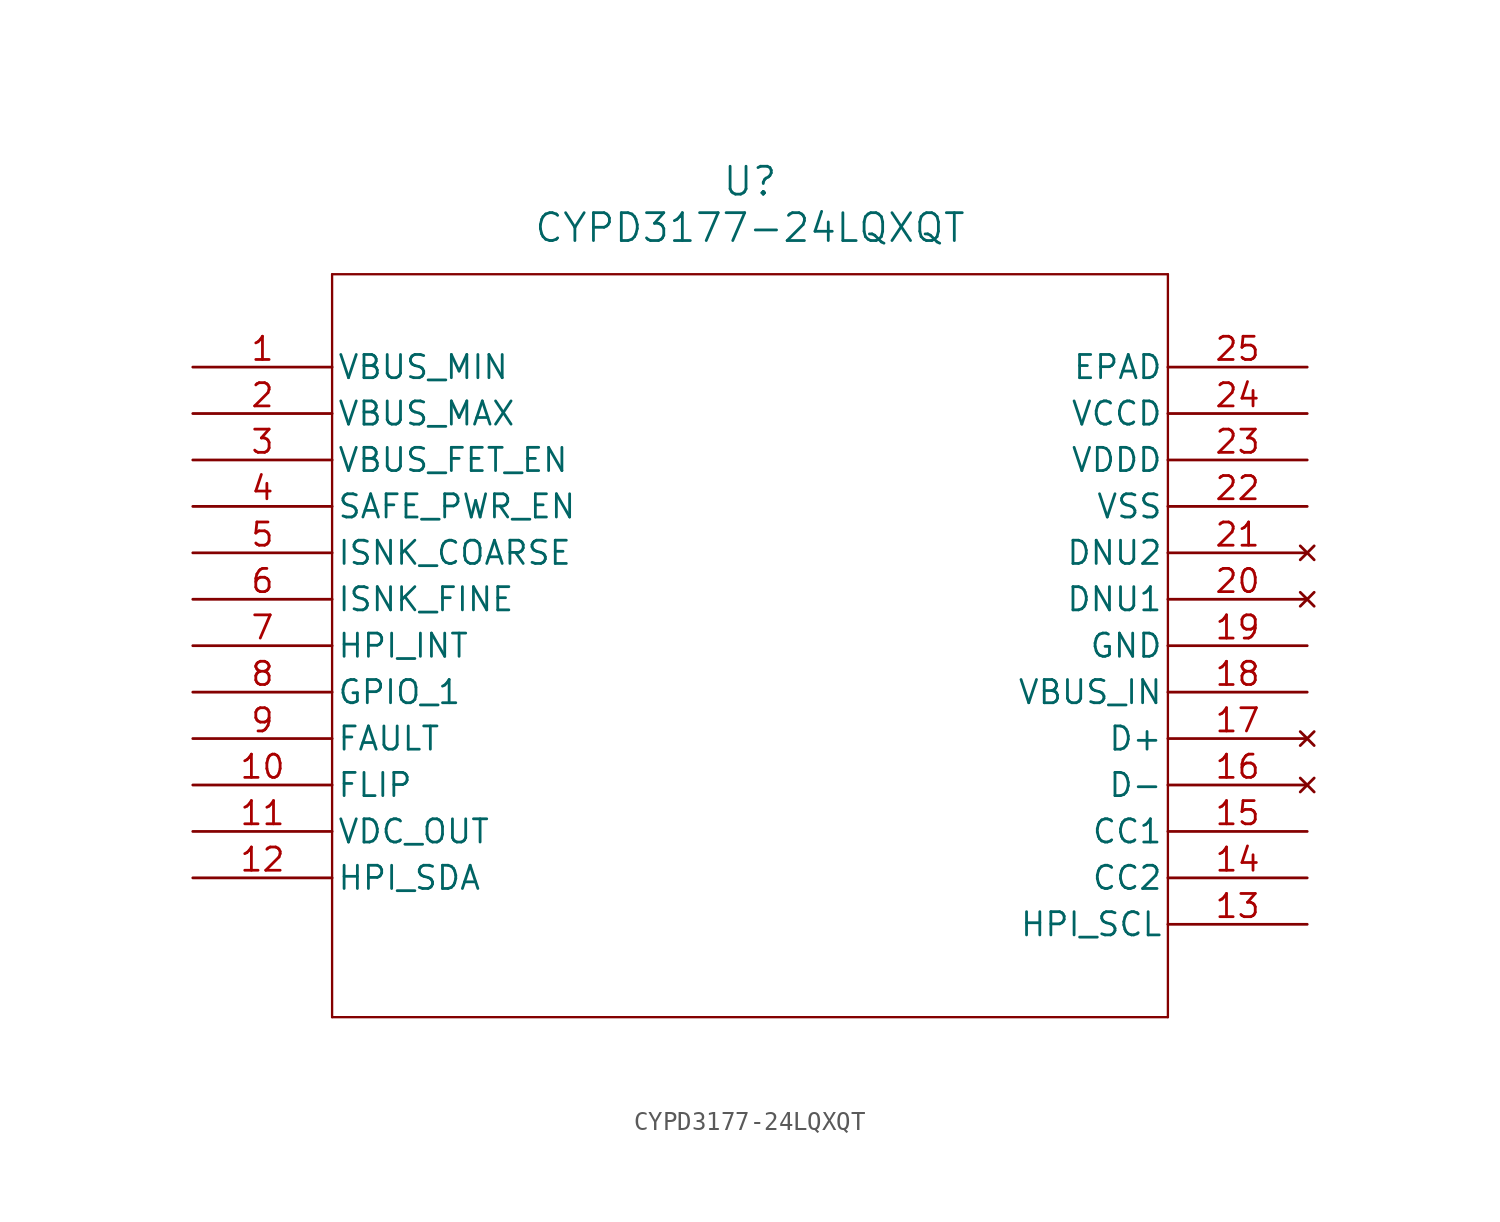
<source format=kicad_sym>
(kicad_symbol_lib
  (version 20211014)
  (generator kicad_symbol_editor)
  (symbol "CYPD3177-24LQXQT"
    (pin_names
      (offset 0.254))
    (property "Reference" "U"
      (at 30.48 10.16 0)
      (effects (font (size 1.524 1.524))))
    (property "Value" "CYPD3177-24LQXQT"
      (at 30.48 7.62 0)
      (effects (font (size 1.524 1.524))))
    (symbol "CYPD3177-24LQXQT_0_1"
      (polyline (pts (xy 7.62 5.08) (xy 7.62 -35.56)) (stroke (width 0.127) (type default) (color 0 0 0 0)) (fill (type none)))
      (polyline (pts (xy 7.62 -35.56) (xy 53.34 -35.56)) (stroke (width 0.127) (type default) (color 0 0 0 0)) (fill (type none)))
      (polyline (pts (xy 53.34 -35.56) (xy 53.34 5.08)) (stroke (width 0.127) (type default) (color 0 0 0 0)) (fill (type none)))
      (polyline (pts (xy 53.34 5.08) (xy 7.62 5.08)) (stroke (width 0.127) (type default) (color 0 0 0 0)) (fill (type none)))
      (pin unspecified line (at 0 0 0) (length 7.62) (name "VBUS_MIN" (effects (font (size 1.27 1.27)))) (number "1" (effects (font (size 1.27 1.27)))))
      (pin unspecified line (at 0 -2.54 0) (length 7.62) (name "VBUS_MAX" (effects (font (size 1.27 1.27)))) (number "2" (effects (font (size 1.27 1.27)))))
      (pin output line (at 0 -5.08 0) (length 7.62) (name "VBUS_FET_EN" (effects (font (size 1.27 1.27)))) (number "3" (effects (font (size 1.27 1.27)))))
      (pin output line (at 0 -7.62 0) (length 7.62) (name "SAFE_PWR_EN" (effects (font (size 1.27 1.27)))) (number "4" (effects (font (size 1.27 1.27)))))
      (pin unspecified line (at 0 -10.16 0) (length 7.62) (name "ISNK_COARSE" (effects (font (size 1.27 1.27)))) (number "5" (effects (font (size 1.27 1.27)))))
      (pin unspecified line (at 0 -12.7 0) (length 7.62) (name "ISNK_FINE" (effects (font (size 1.27 1.27)))) (number "6" (effects (font (size 1.27 1.27)))))
      (pin unspecified line (at 0 -15.24 0) (length 7.62) (name "HPI_INT" (effects (font (size 1.27 1.27)))) (number "7" (effects (font (size 1.27 1.27)))))
      (pin unspecified line (at 0 -17.78 0) (length 7.62) (name "GPIO_1" (effects (font (size 1.27 1.27)))) (number "8" (effects (font (size 1.27 1.27)))))
      (pin unspecified line (at 0 -20.32 0) (length 7.62) (name "FAULT" (effects (font (size 1.27 1.27)))) (number "9" (effects (font (size 1.27 1.27)))))
      (pin bidirectional line (at 0 -22.86 0) (length 7.62) (name "FLIP" (effects (font (size 1.27 1.27)))) (number "10" (effects (font (size 1.27 1.27)))))
      (pin output line (at 0 -25.4 0) (length 7.62) (name "VDC_OUT" (effects (font (size 1.27 1.27)))) (number "11" (effects (font (size 1.27 1.27)))))
      (pin unspecified line (at 0 -27.94 0) (length 7.62) (name "HPI_SDA" (effects (font (size 1.27 1.27)))) (number "12" (effects (font (size 1.27 1.27)))))
      (pin unspecified line (at 60.96 -30.48 180) (length 7.62) (name "HPI_SCL" (effects (font (size 1.27 1.27)))) (number "13" (effects (font (size 1.27 1.27)))))
      (pin unspecified line (at 60.96 -27.94 180) (length 7.62) (name "CC2" (effects (font (size 1.27 1.27)))) (number "14" (effects (font (size 1.27 1.27)))))
      (pin unspecified line (at 60.96 -25.4 180) (length 7.62) (name "CC1" (effects (font (size 1.27 1.27)))) (number "15" (effects (font (size 1.27 1.27)))))
      (pin no_connect line (at 60.96 -22.86 180) (length 7.62) (name "D-" (effects (font (size 1.27 1.27)))) (number "16" (effects (font (size 1.27 1.27)))))
      (pin no_connect line (at 60.96 -20.32 180) (length 7.62) (name "D+" (effects (font (size 1.27 1.27)))) (number "17" (effects (font (size 1.27 1.27)))))
      (pin input line (at 60.96 -17.78 180) (length 7.62) (name "VBUS_IN" (effects (font (size 1.27 1.27)))) (number "18" (effects (font (size 1.27 1.27)))))
      (pin power_out line (at 60.96 -15.24 180) (length 7.62) (name "GND" (effects (font (size 1.27 1.27)))) (number "19" (effects (font (size 1.27 1.27)))))
      (pin no_connect line (at 60.96 -12.7 180) (length 7.62) (name "DNU1" (effects (font (size 1.27 1.27)))) (number "20" (effects (font (size 1.27 1.27)))))
      (pin no_connect line (at 60.96 -10.16 180) (length 7.62) (name "DNU2" (effects (font (size 1.27 1.27)))) (number "21" (effects (font (size 1.27 1.27)))))
      (pin power_out line (at 60.96 -7.62 180) (length 7.62) (name "VSS" (effects (font (size 1.27 1.27)))) (number "22" (effects (font (size 1.27 1.27)))))
      (pin output line (at 60.96 -5.08 180) (length 7.62) (name "VDDD" (effects (font (size 1.27 1.27)))) (number "23" (effects (font (size 1.27 1.27)))))
      (pin output line (at 60.96 -2.54 180) (length 7.62) (name "VCCD" (effects (font (size 1.27 1.27)))) (number "24" (effects (font (size 1.27 1.27)))))
      (pin power_out line (at 60.96 0 180) (length 7.62) (name "EPAD" (effects (font (size 1.27 1.27)))) (number "25" (effects (font (size 1.27 1.27))))))))
</source>
